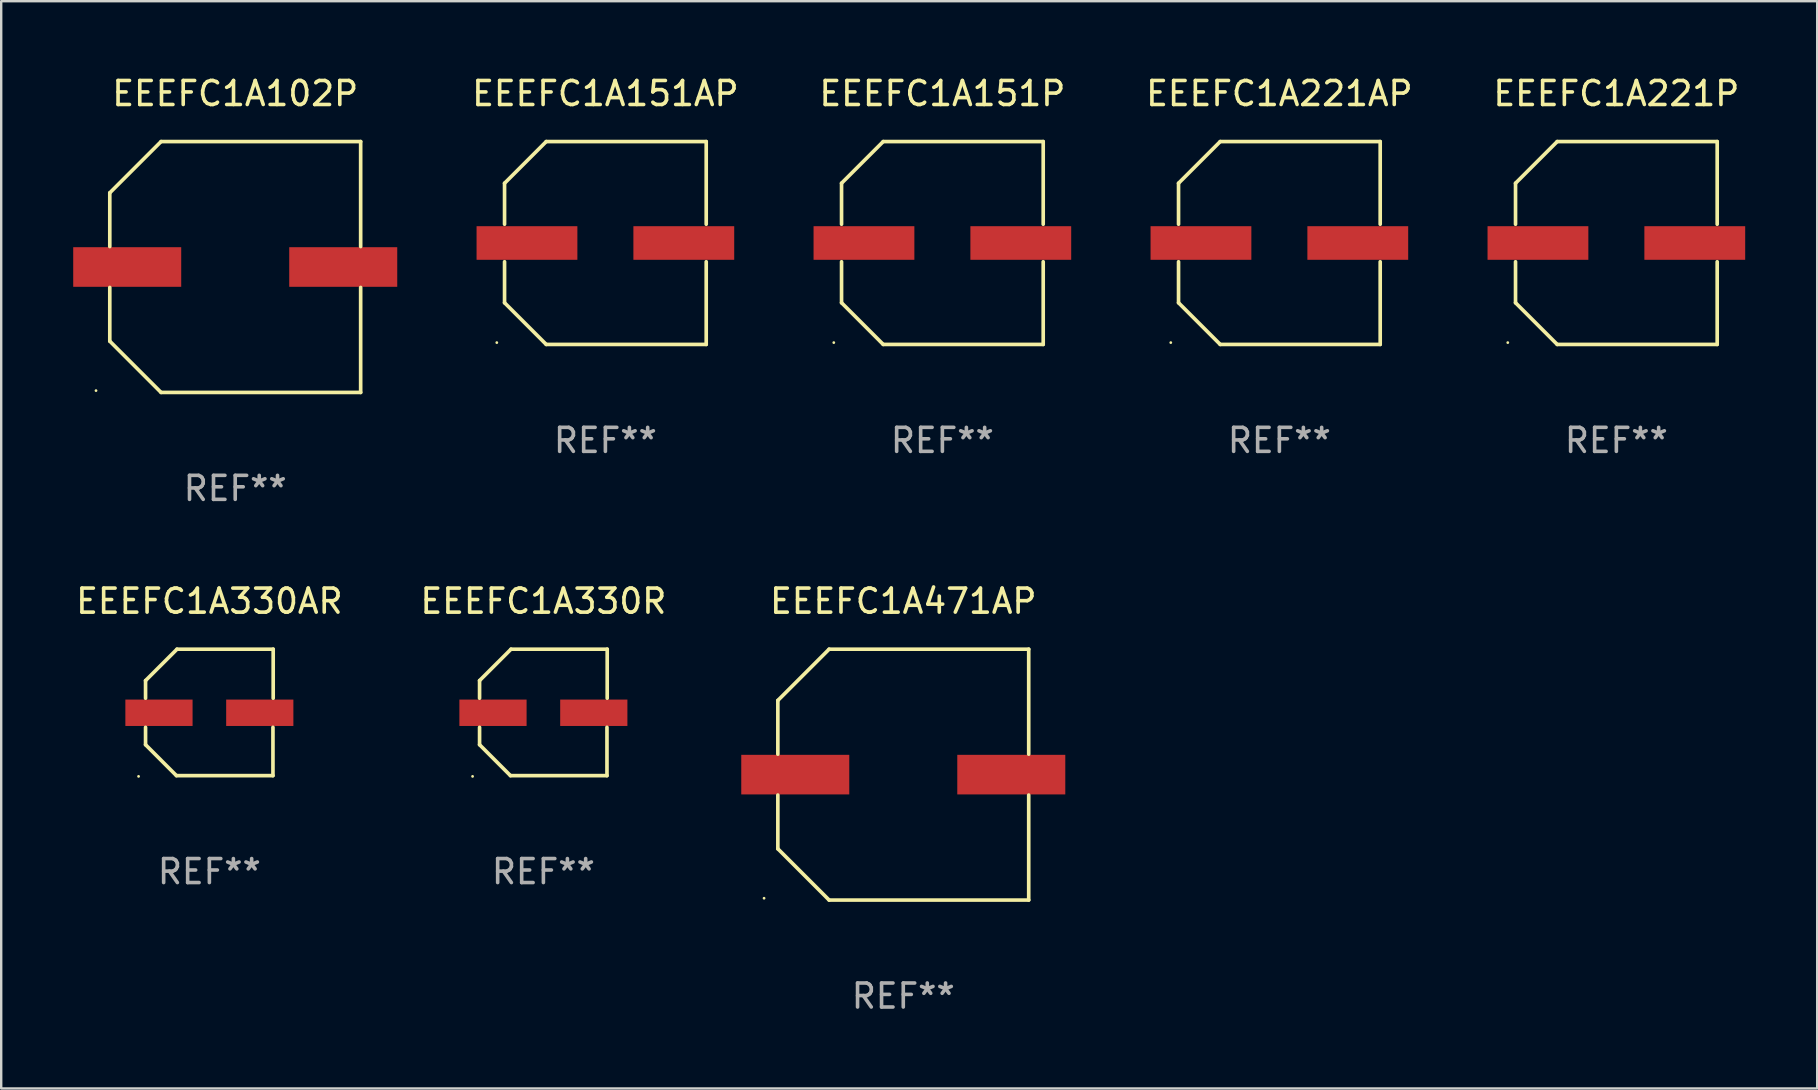
<source format=kicad_pcb>
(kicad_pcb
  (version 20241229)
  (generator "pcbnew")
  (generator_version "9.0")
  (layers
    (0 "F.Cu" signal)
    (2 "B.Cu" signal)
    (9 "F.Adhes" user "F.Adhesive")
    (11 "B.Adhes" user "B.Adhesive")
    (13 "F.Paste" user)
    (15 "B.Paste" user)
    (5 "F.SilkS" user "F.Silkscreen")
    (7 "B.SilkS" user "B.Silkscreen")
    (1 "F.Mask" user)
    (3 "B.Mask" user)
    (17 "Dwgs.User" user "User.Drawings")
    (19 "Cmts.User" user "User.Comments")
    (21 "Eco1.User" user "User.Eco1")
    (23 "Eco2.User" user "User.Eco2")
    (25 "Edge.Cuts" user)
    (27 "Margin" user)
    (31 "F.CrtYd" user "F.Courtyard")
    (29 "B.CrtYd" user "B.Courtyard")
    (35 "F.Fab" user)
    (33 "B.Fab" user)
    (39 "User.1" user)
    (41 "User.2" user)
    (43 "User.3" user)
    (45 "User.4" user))
  (footprint "EEEFC1A151AP"
    (layer "F.Cu")
    (at 22.172 7.074)
    (property "Reference" "EEEFC1A151AP" (at 0 -6.226 0) (layer "F.SilkS") (effects (font (size 1 1) (thickness 0.15))))
    (attr through_hole)
    (fp_line (start -4.201 -2.49) (end -4.201 -0.782) (stroke (width 0.152) (type solid)) (layer "F.SilkS"))
    (fp_line (start -4.201 2.49) (end -4.201 0.782) (stroke (width 0.152) (type solid)) (layer "F.SilkS"))
    (fp_line (start -2.465 -4.226) (end -4.201 -2.49) (stroke (width 0.152) (type solid)) (layer "F.SilkS"))
    (fp_line (start -2.465 4.226) (end -4.201 2.49) (stroke (width 0.152) (type solid)) (layer "F.SilkS"))
    (fp_line (start 4.201 -4.226) (end -2.465 -4.226) (stroke (width 0.152) (type solid)) (layer "F.SilkS"))
    (fp_line (start 4.201 -0.782) (end 4.201 -4.226) (stroke (width 0.152) (type solid)) (layer "F.SilkS"))
    (fp_line (start 4.201 0.782) (end 4.201 4.226) (stroke (width 0.152) (type solid)) (layer "F.SilkS"))
    (fp_line (start 4.201 4.226) (end -2.465 4.226) (stroke (width 0.152) (type solid)) (layer "F.SilkS"))
    (fp_circle (center -4.524 4.15) (end -4.494 4.15) (stroke (width 0.06) (type solid)) (fill no) (layer "F.SilkS"))
    (fp_text user "REF**" (at 0 8.226 0) (layer "F.Fab") (effects (font (size 1 1) (thickness 0.15))))
    (pad "1" smd rect (at -3.267 0) (size 4.2 1.4) (layers "F.Cu" "F.Mask" "F.Paste"))
    (pad "2" smd rect (at 3.267 0) (size 4.2 1.4) (layers "F.Cu" "F.Mask" "F.Paste")))
  (footprint "EEEFC1A330R"
    (layer "F.Cu")
    (at 19.589 26.631)
    (property "Reference" "EEEFC1A330R" (at 0 -4.634 0) (layer "F.SilkS") (effects (font (size 1 1) (thickness 0.15))))
    (attr through_hole)
    (fp_line (start -2.659 -1.326) (end -2.659 -0.592) (stroke (width 0.152) (type solid)) (layer "F.SilkS"))
    (fp_line (start -2.659 1.346) (end -2.659 0.622) (stroke (width 0.152) (type solid)) (layer "F.SilkS"))
    (fp_line (start -1.372 2.634) (end -2.659 1.346) (stroke (width 0.152) (type solid)) (layer "F.SilkS"))
    (fp_line (start -1.349 -2.634) (end -2.659 -1.326) (stroke (width 0.152) (type solid)) (layer "F.SilkS"))
    (fp_line (start 2.649 0.622) (end 2.649 2.634) (stroke (width 0.152) (type solid)) (layer "F.SilkS"))
    (fp_line (start 2.649 2.634) (end -1.372 2.634) (stroke (width 0.152) (type solid)) (layer "F.SilkS"))
    (fp_line (start 2.659 -2.634) (end -1.349 -2.634) (stroke (width 0.152) (type solid)) (layer "F.SilkS"))
    (fp_line (start 2.659 -0.592) (end 2.659 -2.634) (stroke (width 0.152) (type solid)) (layer "F.SilkS"))
    (fp_circle (center -2.95 2.665) (end -2.92 2.665) (stroke (width 0.06) (type solid)) (fill no) (layer "F.SilkS"))
    (fp_text user "REF**" (at 0 6.634 0) (layer "F.Fab") (effects (font (size 1 1) (thickness 0.15))))
    (pad "1" smd rect (at -2.1 0.015) (size 2.8 1.1) (layers "F.Cu" "F.Mask" "F.Paste"))
    (pad "2" smd rect (at 2.1 0.015) (size 2.8 1.1) (layers "F.Cu" "F.Mask" "F.Paste")))
  (footprint "EEEFC1A102P"
    (layer "F.Cu")
    (at 6.75 8.074)
    (property "Reference" "EEEFC1A102P" (at 0 -7.226 0) (layer "F.SilkS") (effects (font (size 1 1) (thickness 0.15))))
    (attr through_hole)
    (fp_line (start -5.226 -3.09) (end -5.226 -0.852) (stroke (width 0.152) (type solid)) (layer "F.SilkS"))
    (fp_line (start -5.226 3.09) (end -5.226 0.852) (stroke (width 0.152) (type solid)) (layer "F.SilkS"))
    (fp_line (start -3.09 -5.226) (end -5.226 -3.09) (stroke (width 0.152) (type solid)) (layer "F.SilkS"))
    (fp_line (start -3.09 5.226) (end -5.226 3.09) (stroke (width 0.152) (type solid)) (layer "F.SilkS"))
    (fp_line (start 5.226 -5.226) (end -3.09 -5.226) (stroke (width 0.152) (type solid)) (layer "F.SilkS"))
    (fp_line (start 5.226 -0.852) (end 5.226 -5.226) (stroke (width 0.152) (type solid)) (layer "F.SilkS"))
    (fp_line (start 5.226 0.852) (end 5.226 5.226) (stroke (width 0.152) (type solid)) (layer "F.SilkS"))
    (fp_line (start 5.226 5.226) (end -3.09 5.226) (stroke (width 0.152) (type solid)) (layer "F.SilkS"))
    (fp_circle (center -5.8 5.15) (end -5.77 5.15) (stroke (width 0.06) (type solid)) (fill no) (layer "F.SilkS"))
    (fp_text user "REF**" (at 0 9.226 0) (layer "F.Fab") (effects (font (size 1 1) (thickness 0.15))))
    (pad "1" smd rect (at -4.5 0) (size 4.5 1.65) (layers "F.Cu" "F.Mask" "F.Paste"))
    (pad "2" smd rect (at 4.5 0) (size 4.5 1.65) (layers "F.Cu" "F.Mask" "F.Paste")))
  (footprint "EEEFC1A221P"
    (layer "F.Cu")
    (at 64.292 7.074)
    (property "Reference" "EEEFC1A221P" (at 0 -6.226 0) (layer "F.SilkS") (effects (font (size 1 1) (thickness 0.15))))
    (attr through_hole)
    (fp_line (start -4.201 -2.49) (end -4.201 -0.782) (stroke (width 0.152) (type solid)) (layer "F.SilkS"))
    (fp_line (start -4.201 2.49) (end -4.201 0.782) (stroke (width 0.152) (type solid)) (layer "F.SilkS"))
    (fp_line (start -2.465 -4.226) (end -4.201 -2.49) (stroke (width 0.152) (type solid)) (layer "F.SilkS"))
    (fp_line (start -2.465 4.226) (end -4.201 2.49) (stroke (width 0.152) (type solid)) (layer "F.SilkS"))
    (fp_line (start 4.201 -4.226) (end -2.465 -4.226) (stroke (width 0.152) (type solid)) (layer "F.SilkS"))
    (fp_line (start 4.201 -0.782) (end 4.201 -4.226) (stroke (width 0.152) (type solid)) (layer "F.SilkS"))
    (fp_line (start 4.201 0.782) (end 4.201 4.226) (stroke (width 0.152) (type solid)) (layer "F.SilkS"))
    (fp_line (start 4.201 4.226) (end -2.465 4.226) (stroke (width 0.152) (type solid)) (layer "F.SilkS"))
    (fp_circle (center -4.524 4.15) (end -4.494 4.15) (stroke (width 0.06) (type solid)) (fill no) (layer "F.SilkS"))
    (fp_text user "REF**" (at 0 8.226 0) (layer "F.Fab") (effects (font (size 1 1) (thickness 0.15))))
    (pad "1" smd rect (at -3.267 0) (size 4.2 1.4) (layers "F.Cu" "F.Mask" "F.Paste"))
    (pad "2" smd rect (at 3.267 0) (size 4.2 1.4) (layers "F.Cu" "F.Mask" "F.Paste")))
  (footprint "EEEFC1A330AR"
    (layer "F.Cu")
    (at 5.673 26.631)
    (property "Reference" "EEEFC1A330AR" (at 0 -4.634 0) (layer "F.SilkS") (effects (font (size 1 1) (thickness 0.15))))
    (attr through_hole)
    (fp_line (start -2.659 -1.326) (end -2.659 -0.592) (stroke (width 0.152) (type solid)) (layer "F.SilkS"))
    (fp_line (start -2.659 1.346) (end -2.659 0.622) (stroke (width 0.152) (type solid)) (layer "F.SilkS"))
    (fp_line (start -1.372 2.634) (end -2.659 1.346) (stroke (width 0.152) (type solid)) (layer "F.SilkS"))
    (fp_line (start -1.349 -2.634) (end -2.659 -1.326) (stroke (width 0.152) (type solid)) (layer "F.SilkS"))
    (fp_line (start 2.649 0.622) (end 2.649 2.634) (stroke (width 0.152) (type solid)) (layer "F.SilkS"))
    (fp_line (start 2.649 2.634) (end -1.372 2.634) (stroke (width 0.152) (type solid)) (layer "F.SilkS"))
    (fp_line (start 2.659 -2.634) (end -1.349 -2.634) (stroke (width 0.152) (type solid)) (layer "F.SilkS"))
    (fp_line (start 2.659 -0.592) (end 2.659 -2.634) (stroke (width 0.152) (type solid)) (layer "F.SilkS"))
    (fp_circle (center -2.95 2.665) (end -2.92 2.665) (stroke (width 0.06) (type solid)) (fill no) (layer "F.SilkS"))
    (fp_text user "REF**" (at 0 6.634 0) (layer "F.Fab") (effects (font (size 1 1) (thickness 0.15))))
    (pad "1" smd rect (at -2.1 0.015) (size 2.8 1.1) (layers "F.Cu" "F.Mask" "F.Paste"))
    (pad "2" smd rect (at 2.1 0.015) (size 2.8 1.1) (layers "F.Cu" "F.Mask" "F.Paste")))
  (footprint "EEEFC1A151P"
    (layer "F.Cu")
    (at 36.212 7.074)
    (property "Reference" "EEEFC1A151P" (at 0 -6.226 0) (layer "F.SilkS") (effects (font (size 1 1) (thickness 0.15))))
    (attr through_hole)
    (fp_line (start -4.201 -2.49) (end -4.201 -0.782) (stroke (width 0.152) (type solid)) (layer "F.SilkS"))
    (fp_line (start -4.201 2.49) (end -4.201 0.782) (stroke (width 0.152) (type solid)) (layer "F.SilkS"))
    (fp_line (start -2.465 -4.226) (end -4.201 -2.49) (stroke (width 0.152) (type solid)) (layer "F.SilkS"))
    (fp_line (start -2.465 4.226) (end -4.201 2.49) (stroke (width 0.152) (type solid)) (layer "F.SilkS"))
    (fp_line (start 4.201 -4.226) (end -2.465 -4.226) (stroke (width 0.152) (type solid)) (layer "F.SilkS"))
    (fp_line (start 4.201 -0.782) (end 4.201 -4.226) (stroke (width 0.152) (type solid)) (layer "F.SilkS"))
    (fp_line (start 4.201 0.782) (end 4.201 4.226) (stroke (width 0.152) (type solid)) (layer "F.SilkS"))
    (fp_line (start 4.201 4.226) (end -2.465 4.226) (stroke (width 0.152) (type solid)) (layer "F.SilkS"))
    (fp_circle (center -4.524 4.15) (end -4.494 4.15) (stroke (width 0.06) (type solid)) (fill no) (layer "F.SilkS"))
    (fp_text user "REF**" (at 0 8.226 0) (layer "F.Fab") (effects (font (size 1 1) (thickness 0.15))))
    (pad "1" smd rect (at -3.267 0) (size 4.2 1.4) (layers "F.Cu" "F.Mask" "F.Paste"))
    (pad "2" smd rect (at 3.267 0) (size 4.2 1.4) (layers "F.Cu" "F.Mask" "F.Paste")))
  (footprint "EEEFC1A471AP"
    (layer "F.Cu")
    (at 34.583 29.223)
    (property "Reference" "EEEFC1A471AP" (at 0 -7.226 0) (layer "F.SilkS") (effects (font (size 1 1) (thickness 0.15))))
    (attr through_hole)
    (fp_line (start -5.226 -3.09) (end -5.226 -0.852) (stroke (width 0.152) (type solid)) (layer "F.SilkS"))
    (fp_line (start -5.226 3.09) (end -5.226 0.852) (stroke (width 0.152) (type solid)) (layer "F.SilkS"))
    (fp_line (start -3.09 -5.226) (end -5.226 -3.09) (stroke (width 0.152) (type solid)) (layer "F.SilkS"))
    (fp_line (start -3.09 5.226) (end -5.226 3.09) (stroke (width 0.152) (type solid)) (layer "F.SilkS"))
    (fp_line (start 5.226 -5.226) (end -3.09 -5.226) (stroke (width 0.152) (type solid)) (layer "F.SilkS"))
    (fp_line (start 5.226 -0.852) (end 5.226 -5.226) (stroke (width 0.152) (type solid)) (layer "F.SilkS"))
    (fp_line (start 5.226 0.852) (end 5.226 5.226) (stroke (width 0.152) (type solid)) (layer "F.SilkS"))
    (fp_line (start 5.226 5.226) (end -3.09 5.226) (stroke (width 0.152) (type solid)) (layer "F.SilkS"))
    (fp_circle (center -5.8 5.15) (end -5.77 5.15) (stroke (width 0.06) (type solid)) (fill no) (layer "F.SilkS"))
    (fp_text user "REF**" (at 0 9.226 0) (layer "F.Fab") (effects (font (size 1 1) (thickness 0.15))))
    (pad "1" smd rect (at -4.5 0) (size 4.5 1.65) (layers "F.Cu" "F.Mask" "F.Paste"))
    (pad "2" smd rect (at 4.5 0) (size 4.5 1.65) (layers "F.Cu" "F.Mask" "F.Paste")))
  (footprint "EEEFC1A221AP"
    (layer "F.Cu")
    (at 50.252 7.074)
    (property "Reference" "EEEFC1A221AP" (at 0 -6.226 0) (layer "F.SilkS") (effects (font (size 1 1) (thickness 0.15))))
    (attr through_hole)
    (fp_line (start -4.201 -2.49) (end -4.201 -0.782) (stroke (width 0.152) (type solid)) (layer "F.SilkS"))
    (fp_line (start -4.201 2.49) (end -4.201 0.782) (stroke (width 0.152) (type solid)) (layer "F.SilkS"))
    (fp_line (start -2.465 -4.226) (end -4.201 -2.49) (stroke (width 0.152) (type solid)) (layer "F.SilkS"))
    (fp_line (start -2.465 4.226) (end -4.201 2.49) (stroke (width 0.152) (type solid)) (layer "F.SilkS"))
    (fp_line (start 4.201 -4.226) (end -2.465 -4.226) (stroke (width 0.152) (type solid)) (layer "F.SilkS"))
    (fp_line (start 4.201 -0.782) (end 4.201 -4.226) (stroke (width 0.152) (type solid)) (layer "F.SilkS"))
    (fp_line (start 4.201 0.782) (end 4.201 4.226) (stroke (width 0.152) (type solid)) (layer "F.SilkS"))
    (fp_line (start 4.201 4.226) (end -2.465 4.226) (stroke (width 0.152) (type solid)) (layer "F.SilkS"))
    (fp_circle (center -4.524 4.15) (end -4.494 4.15) (stroke (width 0.06) (type solid)) (fill no) (layer "F.SilkS"))
    (fp_text user "REF**" (at 0 8.226 0) (layer "F.Fab") (effects (font (size 1 1) (thickness 0.15))))
    (pad "1" smd rect (at -3.267 0) (size 4.2 1.4) (layers "F.Cu" "F.Mask" "F.Paste"))
    (pad "2" smd rect (at 3.267 0) (size 4.2 1.4) (layers "F.Cu" "F.Mask" "F.Paste")))
  (gr_rect
    (start -3 -3)
    (end 72.659 42.298)
    (stroke (width 0.1) (type default))
    (fill no)
    (layer "Edge.Cuts")))
</source>
